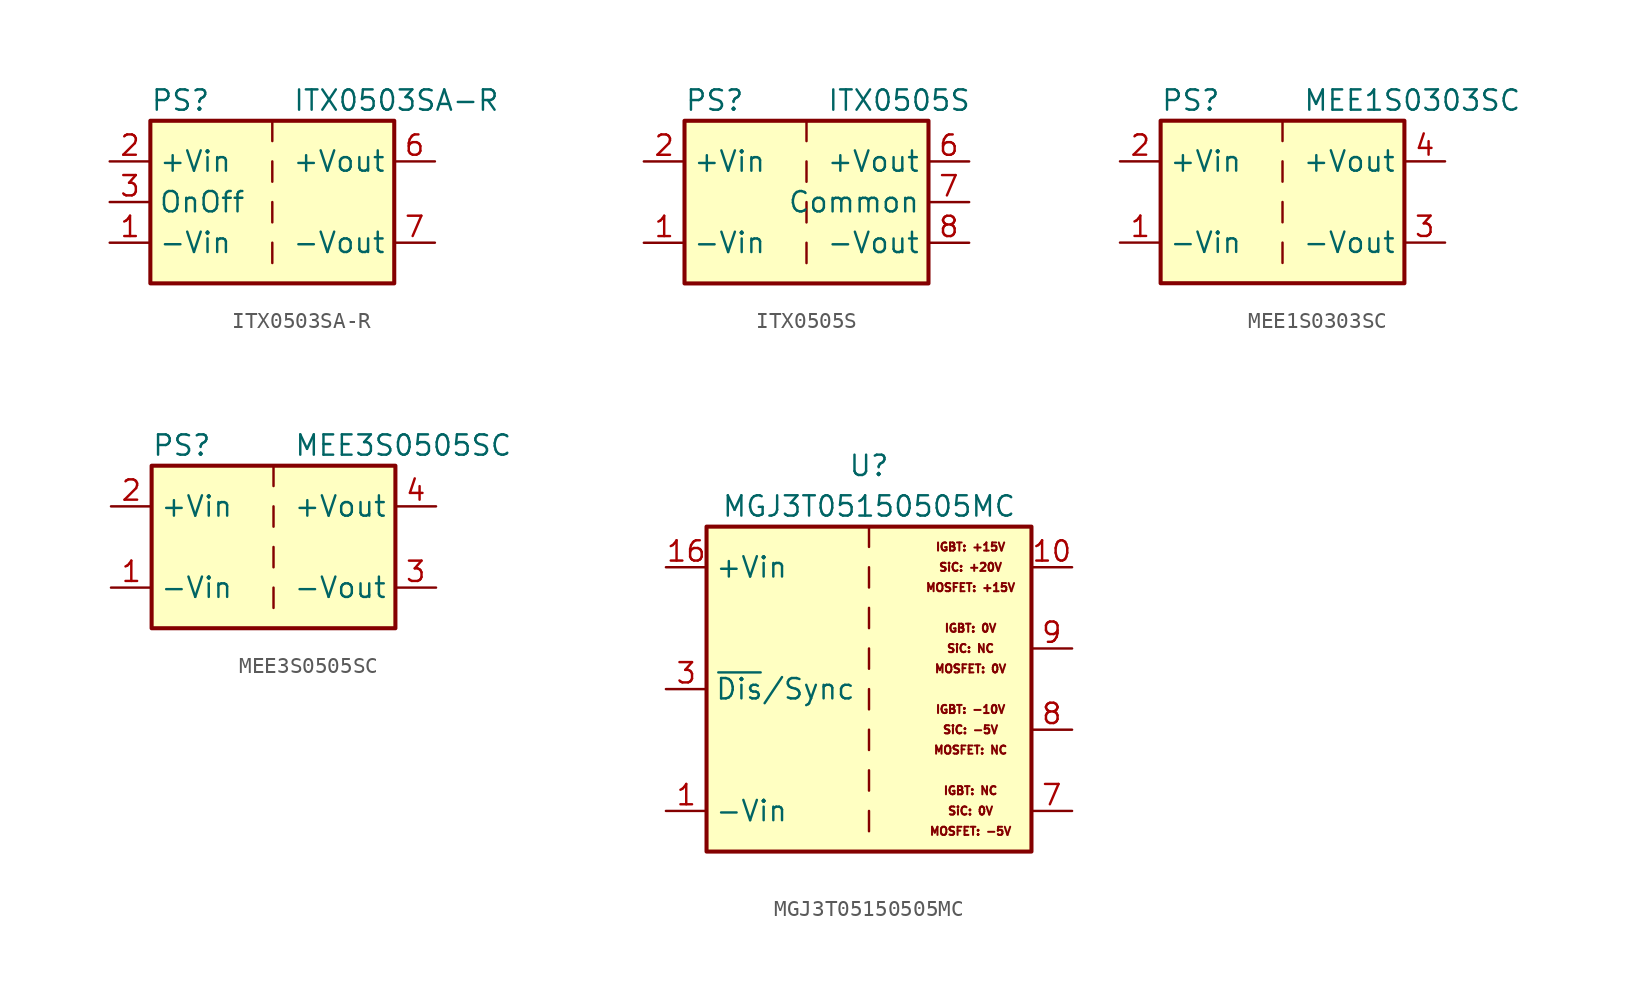
<source format=kicad_sym>
(kicad_symbol_lib
  (version 20211014)
  (generator kicad_symbol_editor)
  (symbol "ITX0503SA-R"
    (property "Reference" "PS"
      (at -7.62 6.35 0)
      (effects (font (size 1.27 1.27)) (justify left)))
    (property "Value" "ITX0503SA-R"
      (at 1.27 6.35 0)
      (effects (font (size 1.27 1.27)) (justify left)))
    (symbol "ITX0503SA-R_0_0"
      (pin power_in line (at -10.16 -2.54 0) (length 2.54) (name "-Vin" (effects (font (size 1.27 1.27)))) (number "1" (effects (font (size 1.27 1.27)))))
      (pin power_in line (at -10.16 2.54 0) (length 2.54) (name "+Vin" (effects (font (size 1.27 1.27)))) (number "2" (effects (font (size 1.27 1.27)))))
      (pin input line (at -10.16 0 0) (length 2.54) (name "OnOff" (effects (font (size 1.27 1.27)))) (number "3" (effects (font (size 1.27 1.27)))))
      (pin no_connect line (at 0 5.08 270) (length 2.54) hide (name "NC" (effects (font (size 1.27 1.27)))) (number "5" (effects (font (size 1.27 1.27)))))
      (pin power_out line (at 10.16 2.54 180) (length 2.54) (name "+Vout" (effects (font (size 1.27 1.27)))) (number "6" (effects (font (size 1.27 1.27)))))
      (pin power_out line (at 10.16 -2.54 180) (length 2.54) (name "-Vout" (effects (font (size 1.27 1.27)))) (number "7" (effects (font (size 1.27 1.27)))))
      (pin no_connect line (at 7.62 0 180) (length 2.54) hide (name "NC" (effects (font (size 1.27 1.27)))) (number "8" (effects (font (size 1.27 1.27))))))
    (symbol "ITX0503SA-R_0_1"
      (rectangle (start -7.62 5.08) (end 7.62 -5.08) (stroke (width 0.254) (type default) (color 0 0 0 0)) (fill (type background)))
      (polyline (pts (xy 0 -2.54) (xy 0 -3.81)) (stroke (width 0) (type default) (color 0 0 0 0)) (fill (type none)))
      (polyline (pts (xy 0 0) (xy 0 -1.27)) (stroke (width 0) (type default) (color 0 0 0 0)) (fill (type none)))
      (polyline (pts (xy 0 2.54) (xy 0 1.27)) (stroke (width 0) (type default) (color 0 0 0 0)) (fill (type none)))
      (polyline (pts (xy 0 5.08) (xy 0 3.81)) (stroke (width 0) (type default) (color 0 0 0 0)) (fill (type none)))))
  (symbol "ITX0505S"
    (property "Reference" "PS"
      (at -7.62 6.35 0)
      (effects (font (size 1.27 1.27)) (justify left)))
    (property "Value" "ITX0505S"
      (at 1.27 6.35 0)
      (effects (font (size 1.27 1.27)) (justify left)))
    (symbol "ITX0505S_0_0"
      (pin power_in line (at -10.16 -2.54 0) (length 2.54) (name "-Vin" (effects (font (size 1.27 1.27)))) (number "1" (effects (font (size 1.27 1.27)))))
      (pin power_in line (at -10.16 2.54 0) (length 2.54) (name "+Vin" (effects (font (size 1.27 1.27)))) (number "2" (effects (font (size 1.27 1.27)))))
      (pin no_connect line (at 0 -5.08 90) (length 2.54) hide (name "NC" (effects (font (size 1.27 1.27)))) (number "3" (effects (font (size 1.27 1.27)))))
      (pin no_connect line (at 0 5.08 270) (length 2.54) hide (name "NC" (effects (font (size 1.27 1.27)))) (number "5" (effects (font (size 1.27 1.27)))))
      (pin power_out line (at 10.16 2.54 180) (length 2.54) (name "+Vout" (effects (font (size 1.27 1.27)))) (number "6" (effects (font (size 1.27 1.27)))))
      (pin power_out line (at 10.16 0 180) (length 2.54) (name "Common" (effects (font (size 1.27 1.27)))) (number "7" (effects (font (size 1.27 1.27)))))
      (pin power_out line (at 10.16 -2.54 180) (length 2.54) (name "-Vout" (effects (font (size 1.27 1.27)))) (number "8" (effects (font (size 1.27 1.27))))))
    (symbol "ITX0505S_0_1"
      (rectangle (start -7.62 5.08) (end 7.62 -5.08) (stroke (width 0.254) (type default) (color 0 0 0 0)) (fill (type background)))
      (polyline (pts (xy 0 -2.54) (xy 0 -3.81)) (stroke (width 0) (type default) (color 0 0 0 0)) (fill (type none)))
      (polyline (pts (xy 0 0) (xy 0 -1.27)) (stroke (width 0) (type default) (color 0 0 0 0)) (fill (type none)))
      (polyline (pts (xy 0 2.54) (xy 0 1.27)) (stroke (width 0) (type default) (color 0 0 0 0)) (fill (type none)))
      (polyline (pts (xy 0 5.08) (xy 0 3.81)) (stroke (width 0) (type default) (color 0 0 0 0)) (fill (type none)))))
  (symbol "MEE1S0303SC"
    (property "Reference" "PS"
      (at -7.62 6.35 0)
      (effects (font (size 1.27 1.27)) (justify left)))
    (property "Value" "MEE1S0303SC"
      (at 1.27 6.35 0)
      (effects (font (size 1.27 1.27)) (justify left)))
    (symbol "MEE1S0303SC_0_0"
      (pin power_in line (at -10.16 -2.54 0) (length 2.54) (name "-Vin" (effects (font (size 1.27 1.27)))) (number "1" (effects (font (size 1.27 1.27)))))
      (pin power_in line (at -10.16 2.54 0) (length 2.54) (name "+Vin" (effects (font (size 1.27 1.27)))) (number "2" (effects (font (size 1.27 1.27)))))
      (pin power_out line (at 10.16 -2.54 180) (length 2.54) (name "-Vout" (effects (font (size 1.27 1.27)))) (number "3" (effects (font (size 1.27 1.27)))))
      (pin power_out line (at 10.16 2.54 180) (length 2.54) (name "+Vout" (effects (font (size 1.27 1.27)))) (number "4" (effects (font (size 1.27 1.27))))))
    (symbol "MEE1S0303SC_0_1"
      (rectangle (start -7.62 5.08) (end 7.62 -5.08) (stroke (width 0.254) (type default) (color 0 0 0 0)) (fill (type background)))
      (polyline (pts (xy 0 -2.54) (xy 0 -3.81)) (stroke (width 0) (type default) (color 0 0 0 0)) (fill (type none)))
      (polyline (pts (xy 0 0) (xy 0 -1.27)) (stroke (width 0) (type default) (color 0 0 0 0)) (fill (type none)))
      (polyline (pts (xy 0 2.54) (xy 0 1.27)) (stroke (width 0) (type default) (color 0 0 0 0)) (fill (type none)))
      (polyline (pts (xy 0 5.08) (xy 0 3.81)) (stroke (width 0) (type default) (color 0 0 0 0)) (fill (type none)))))
  (symbol "MEE3S0505SC"
    (property "Reference" "PS"
      (at -7.62 6.35 0)
      (effects (font (size 1.27 1.27)) (justify left)))
    (property "Value" "MEE3S0505SC"
      (at 1.27 6.35 0)
      (effects (font (size 1.27 1.27)) (justify left)))
    (symbol "MEE3S0505SC_0_0"
      (pin power_in line (at -10.16 -2.54 0) (length 2.54) (name "-Vin" (effects (font (size 1.27 1.27)))) (number "1" (effects (font (size 1.27 1.27)))))
      (pin power_in line (at -10.16 2.54 0) (length 2.54) (name "+Vin" (effects (font (size 1.27 1.27)))) (number "2" (effects (font (size 1.27 1.27)))))
      (pin power_out line (at 10.16 -2.54 180) (length 2.54) (name "-Vout" (effects (font (size 1.27 1.27)))) (number "3" (effects (font (size 1.27 1.27)))))
      (pin power_out line (at 10.16 2.54 180) (length 2.54) (name "+Vout" (effects (font (size 1.27 1.27)))) (number "4" (effects (font (size 1.27 1.27))))))
    (symbol "MEE3S0505SC_0_1"
      (rectangle (start -7.62 5.08) (end 7.62 -5.08) (stroke (width 0.254) (type default) (color 0 0 0 0)) (fill (type background)))
      (polyline (pts (xy 0 -2.54) (xy 0 -3.81)) (stroke (width 0) (type default) (color 0 0 0 0)) (fill (type none)))
      (polyline (pts (xy 0 0) (xy 0 -1.27)) (stroke (width 0) (type default) (color 0 0 0 0)) (fill (type none)))
      (polyline (pts (xy 0 2.54) (xy 0 1.27)) (stroke (width 0) (type default) (color 0 0 0 0)) (fill (type none)))
      (polyline (pts (xy 0 5.08) (xy 0 3.81)) (stroke (width 0) (type default) (color 0 0 0 0)) (fill (type none)))))
  (symbol "MGJ3T05150505MC"
    (property "Reference" "U"
      (at 0 13.97 0)
      (effects (font (size 1.27 1.27))))
    (property "Value" "MGJ3T05150505MC"
      (at 0 11.43 0)
      (effects (font (size 1.27 1.27))))
    (symbol "MGJ3T05150505MC_0_0"
      (text "IGBT: +15V" (at 6.35 8.89 0) (effects (font (size 0.508 0.508))))
      (text "IGBT: -10V" (at 6.35 -1.27 0) (effects (font (size 0.508 0.508))))
      (text "IGBT: 0V" (at 6.35 3.81 0) (effects (font (size 0.508 0.508))))
      (text "IGBT: NC" (at 6.35 -6.35 0) (effects (font (size 0.508 0.508))))
      (text "MOSFET: +15V" (at 6.35 6.35 0) (effects (font (size 0.508 0.508))))
      (text "MOSFET: -5V" (at 6.35 -8.89 0) (effects (font (size 0.508 0.508))))
      (text "MOSFET: 0V" (at 6.35 1.27 0) (effects (font (size 0.508 0.508))))
      (text "MOSFET: NC" (at 6.35 -3.81 0) (effects (font (size 0.508 0.508))))
      (text "SiC: +20V" (at 6.35 7.62 0) (effects (font (size 0.508 0.508))))
      (text "SiC: -5V" (at 6.35 -2.54 0) (effects (font (size 0.508 0.508))))
      (text "SiC: 0V" (at 6.35 -7.62 0) (effects (font (size 0.508 0.508))))
      (text "SiC: NC" (at 6.35 2.54 0) (effects (font (size 0.508 0.508)))))
    (symbol "MGJ3T05150505MC_0_1"
      (rectangle (start -10.16 10.16) (end 10.16 -10.16) (stroke (width 0.254) (type default) (color 0 0 0 0)) (fill (type background)))
      (polyline (pts (xy 0 -7.62) (xy 0 -8.89)) (stroke (width 0) (type default) (color 0 0 0 0)) (fill (type none)))
      (polyline (pts (xy 0 -5.08) (xy 0 -6.35)) (stroke (width 0) (type default) (color 0 0 0 0)) (fill (type none)))
      (polyline (pts (xy 0 -2.54) (xy 0 -3.81)) (stroke (width 0) (type default) (color 0 0 0 0)) (fill (type none)))
      (polyline (pts (xy 0 0) (xy 0 -1.27)) (stroke (width 0) (type default) (color 0 0 0 0)) (fill (type none)))
      (polyline (pts (xy 0 2.54) (xy 0 1.27)) (stroke (width 0) (type default) (color 0 0 0 0)) (fill (type none)))
      (polyline (pts (xy 0 5.08) (xy 0 3.81)) (stroke (width 0) (type default) (color 0 0 0 0)) (fill (type none)))
      (polyline (pts (xy 0 7.62) (xy 0 6.35)) (stroke (width 0) (type default) (color 0 0 0 0)) (fill (type none)))
      (polyline (pts (xy 0 10.16) (xy 0 8.89)) (stroke (width 0) (type default) (color 0 0 0 0)) (fill (type none))))
    (symbol "MGJ3T05150505MC_1_1"
      (pin power_in line (at -12.7 -7.62 0) (length 2.54) (name "-Vin" (effects (font (size 1.27 1.27)))) (number "1" (effects (font (size 1.27 1.27)))))
      (pin power_out line (at 12.7 7.62 180) (length 2.54) (name "~" (effects (font (size 1.27 1.27)))) (number "10" (effects (font (size 1.27 1.27)))))
      (pin power_in line (at -12.7 7.62 0) (length 2.54) (name "+Vin" (effects (font (size 1.27 1.27)))) (number "16" (effects (font (size 1.27 1.27)))))
      (pin input line (at -12.7 0 0) (length 2.54) (name "~{Dis}/Sync" (effects (font (size 1.27 1.27)))) (number "3" (effects (font (size 1.27 1.27)))))
      (pin power_out line (at 12.7 -7.62 180) (length 2.54) (name "~" (effects (font (size 1.27 1.27)))) (number "7" (effects (font (size 1.27 1.27)))))
      (pin power_out line (at 12.7 -2.54 180) (length 2.54) (name "~" (effects (font (size 1.27 1.27)))) (number "8" (effects (font (size 1.27 1.27)))))
      (pin power_out line (at 12.7 2.54 180) (length 2.54) (name "~" (effects (font (size 1.27 1.27)))) (number "9" (effects (font (size 1.27 1.27))))))))
</source>
